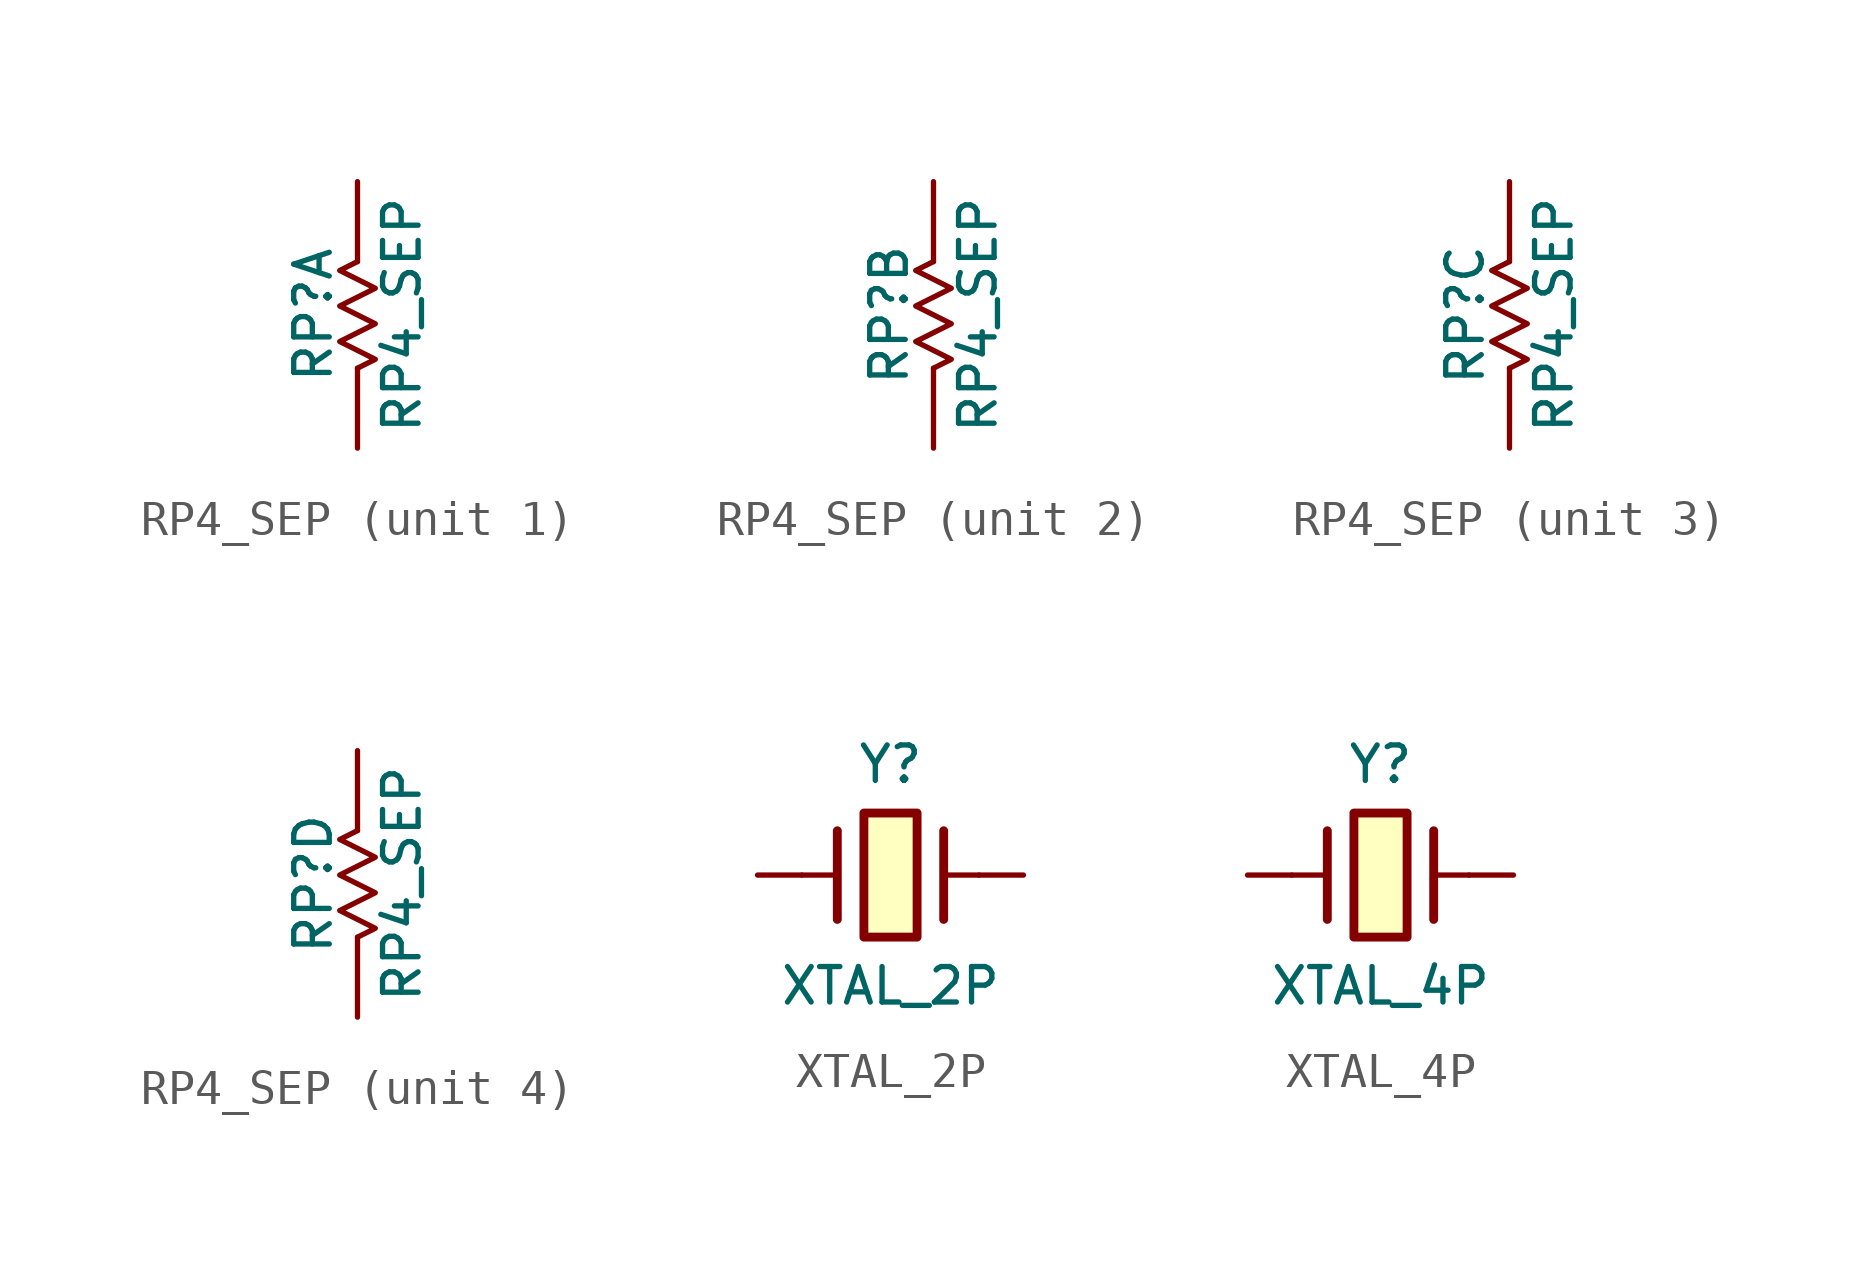
<source format=kicad_sym>
(kicad_symbol_lib
  (version 20211014)
  (generator kicad_symbol_editor)
  (symbol "RP4_SEP"
    (pin_numbers hide)
    (pin_names
      (offset 0) hide)
    (property "Reference" "RP"
      (at -1.27 0 90)
      (effects (font (size 1.016 1.016))))
    (property "Value" "RP4_SEP"
      (at 1.27 0 90)
      (effects (font (size 1.016 1.016))))
    (symbol "RP4_SEP_1_1"
      (polyline (pts (xy 0 1.524) (xy -0.508 1.27) (xy 0.508 0.762) (xy -0.508 0.254) (xy 0.508 -0.254) (xy -0.508 -0.762) (xy 0.508 -1.27) (xy 0 -1.524)) (stroke (width 0) (type default) (color 0 0 0 0)) (fill (type none)))
      (pin passive line (at 0 3.81 270) (length 2.286) (name "~" (effects (font (size 1.016 1.016)))) (number "1" (effects (font (size 1.016 1.016)))))
      (pin passive line (at 0 -3.81 90) (length 2.286) (name "~" (effects (font (size 1.016 1.016)))) (number "8" (effects (font (size 1.016 1.016))))))
    (symbol "RP4_SEP_2_1"
      (polyline (pts (xy 0 1.524) (xy -0.508 1.27) (xy 0.508 0.762) (xy -0.508 0.254) (xy 0.508 -0.254) (xy -0.508 -0.762) (xy 0.508 -1.27) (xy 0 -1.524)) (stroke (width 0) (type default) (color 0 0 0 0)) (fill (type none)))
      (pin passive line (at 0 3.81 270) (length 2.286) (name "~" (effects (font (size 1.016 1.016)))) (number "2" (effects (font (size 1.016 1.016)))))
      (pin passive line (at 0 -3.81 90) (length 2.286) (name "~" (effects (font (size 1.016 1.016)))) (number "7" (effects (font (size 1.016 1.016))))))
    (symbol "RP4_SEP_3_1"
      (polyline (pts (xy 0 1.524) (xy -0.508 1.27) (xy 0.508 0.762) (xy -0.508 0.254) (xy 0.508 -0.254) (xy -0.508 -0.762) (xy 0.508 -1.27) (xy 0 -1.524)) (stroke (width 0) (type default) (color 0 0 0 0)) (fill (type none)))
      (pin passive line (at 0 3.81 270) (length 2.286) (name "~" (effects (font (size 1.016 1.016)))) (number "3" (effects (font (size 1.016 1.016)))))
      (pin passive line (at 0 -3.81 90) (length 2.286) (name "~" (effects (font (size 1.016 1.016)))) (number "6" (effects (font (size 1.016 1.016))))))
    (symbol "RP4_SEP_4_1"
      (polyline (pts (xy 0 1.524) (xy -0.508 1.27) (xy 0.508 0.762) (xy -0.508 0.254) (xy 0.508 -0.254) (xy -0.508 -0.762) (xy 0.508 -1.27) (xy 0 -1.524)) (stroke (width 0) (type default) (color 0 0 0 0)) (fill (type none)))
      (pin passive line (at 0 3.81 270) (length 2.286) (name "~" (effects (font (size 1.016 1.016)))) (number "4" (effects (font (size 1.016 1.016)))))
      (pin passive line (at 0 -3.81 90) (length 2.286) (name "~" (effects (font (size 1.016 1.016)))) (number "5" (effects (font (size 1.016 1.016)))))))
  (symbol "XTAL_2P"
    (pin_numbers hide)
    (pin_names
      (offset 0) hide)
    (property "Reference" "Y"
      (at 0 3.175 0)
      (effects (font (size 1.016 1.016))))
    (property "Value" "XTAL_2P"
      (at 0 -3.175 0)
      (effects (font (size 1.016 1.016))))
    (symbol "XTAL_2P_0_1"
      (rectangle (start -0.762 1.778) (end 0.762 -1.778) (stroke (width 0.254) (type default) (color 0 0 0 0)) (fill (type background)))
      (polyline (pts (xy -2.54 0) (xy -1.524 0)) (stroke (width 0.152) (type default) (color 0 0 0 0)) (fill (type none)))
      (polyline (pts (xy -1.524 1.27) (xy -1.524 -1.27)) (stroke (width 0.254) (type default) (color 0 0 0 0)) (fill (type none)))
      (polyline (pts (xy 1.524 1.27) (xy 1.524 -1.27)) (stroke (width 0.254) (type default) (color 0 0 0 0)) (fill (type none)))
      (polyline (pts (xy 2.54 0) (xy 1.524 0)) (stroke (width 0.152) (type default) (color 0 0 0 0)) (fill (type none))))
    (symbol "XTAL_2P_1_1"
      (pin passive line (at -3.81 0 0) (length 1.27) (name "OSC1" (effects (font (size 1.016 1.016)))) (number "1" (effects (font (size 1.016 1.016)))))
      (pin passive line (at 3.81 0 180) (length 1.27) (name "OSC2" (effects (font (size 1.016 1.016)))) (number "2" (effects (font (size 1.016 1.016)))))))
  (symbol "XTAL_4P"
    (pin_numbers hide)
    (pin_names
      (offset 0) hide)
    (property "Reference" "Y"
      (at 0 3.175 0)
      (effects (font (size 1.016 1.016))))
    (property "Value" "XTAL_4P"
      (at 0 -3.175 0)
      (effects (font (size 1.016 1.016))))
    (symbol "XTAL_4P_0_1"
      (rectangle (start -0.762 1.778) (end 0.762 -1.778) (stroke (width 0.254) (type default) (color 0 0 0 0)) (fill (type background)))
      (polyline (pts (xy -2.54 0) (xy -1.524 0)) (stroke (width 0.152) (type default) (color 0 0 0 0)) (fill (type none)))
      (polyline (pts (xy -1.524 1.27) (xy -1.524 -1.27)) (stroke (width 0.254) (type default) (color 0 0 0 0)) (fill (type none)))
      (polyline (pts (xy 1.524 1.27) (xy 1.524 -1.27)) (stroke (width 0.254) (type default) (color 0 0 0 0)) (fill (type none)))
      (polyline (pts (xy 2.54 0) (xy 1.524 0)) (stroke (width 0.152) (type default) (color 0 0 0 0)) (fill (type none))))
    (symbol "XTAL_4P_1_1"
      (pin passive line (at -3.81 0 0) (length 1.27) (name "OSC1" (effects (font (size 1.016 1.016)))) (number "1" (effects (font (size 1.016 1.016)))))
      (pin passive line (at 3.81 0 180) (length 1.27) (name "OSC2" (effects (font (size 1.016 1.016)))) (number "3" (effects (font (size 1.016 1.016))))))))
</source>
